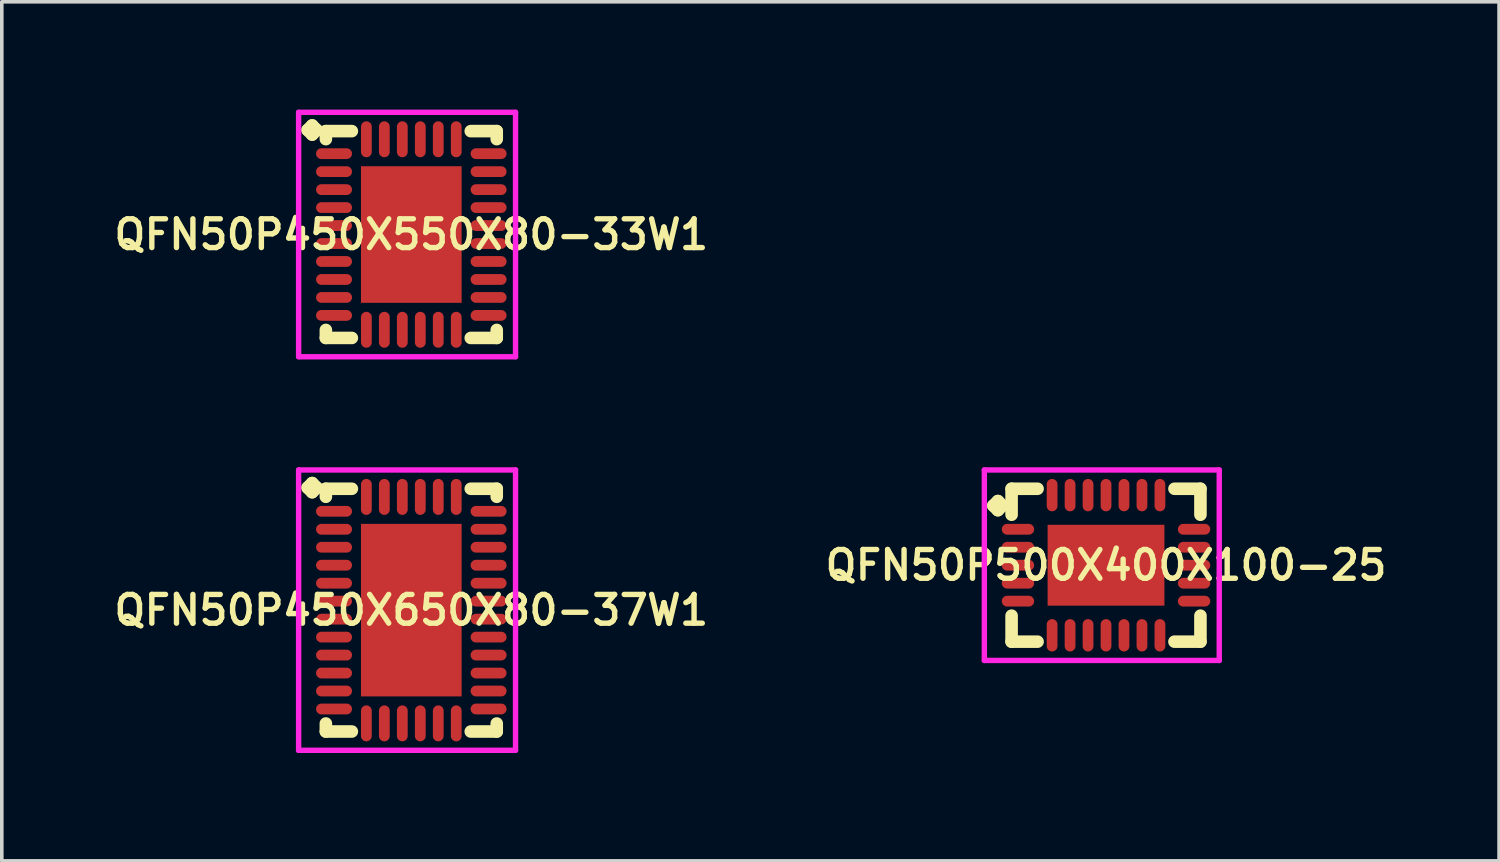
<source format=kicad_pcb>
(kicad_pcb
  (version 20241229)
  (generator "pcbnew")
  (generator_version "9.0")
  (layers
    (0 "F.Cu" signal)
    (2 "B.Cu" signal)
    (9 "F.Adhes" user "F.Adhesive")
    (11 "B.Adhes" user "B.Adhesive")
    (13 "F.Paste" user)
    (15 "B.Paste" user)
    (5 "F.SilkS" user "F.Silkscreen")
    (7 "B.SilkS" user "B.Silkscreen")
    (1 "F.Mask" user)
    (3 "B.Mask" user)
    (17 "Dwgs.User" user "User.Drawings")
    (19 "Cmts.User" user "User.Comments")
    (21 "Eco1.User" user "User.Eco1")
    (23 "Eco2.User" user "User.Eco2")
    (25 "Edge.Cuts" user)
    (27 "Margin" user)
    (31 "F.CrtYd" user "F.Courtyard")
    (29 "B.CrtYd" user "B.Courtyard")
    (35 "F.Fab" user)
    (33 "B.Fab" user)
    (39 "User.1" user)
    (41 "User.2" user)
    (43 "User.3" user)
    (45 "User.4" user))
  (footprint "QFN50P450X550X80-33W1"
    (layer "F.Cu")
    (at 8.393 3.475)
    (property "Reference" "QFN50P450X550X80-33W1" (at 0 0 0) (layer "F.SilkS") (effects (font (size 0.8 0.8) (thickness 0.15))))
    (attr smd)
    (fp_line (start -2.885 -2.908) (end -2.758 -3.035) (stroke (width 0.35) (type solid)) (layer "F.SilkS"))
    (fp_line (start -2.758 -3.035) (end -2.631 -2.908) (stroke (width 0.35) (type solid)) (layer "F.SilkS"))
    (fp_line (start -2.758 -2.781) (end -2.885 -2.908) (stroke (width 0.35) (type solid)) (layer "F.SilkS"))
    (fp_line (start -2.631 -2.908) (end -2.758 -2.781) (stroke (width 0.35) (type solid)) (layer "F.SilkS"))
    (fp_line (start -2.377 -2.877) (end -1.654 -2.877) (stroke (width 0.35) (type solid)) (layer "F.SilkS"))
    (fp_line (start -2.377 -2.654) (end -2.377 -2.877) (stroke (width 0.35) (type solid)) (layer "F.SilkS"))
    (fp_line (start -2.377 2.654) (end -2.377 2.877) (stroke (width 0.35) (type solid)) (layer "F.SilkS"))
    (fp_line (start -2.377 2.877) (end -1.654 2.877) (stroke (width 0.35) (type solid)) (layer "F.SilkS"))
    (fp_line (start 1.654 -2.877) (end 2.377 -2.877) (stroke (width 0.35) (type solid)) (layer "F.SilkS"))
    (fp_line (start 1.654 2.877) (end 2.377 2.877) (stroke (width 0.35) (type solid)) (layer "F.SilkS"))
    (fp_line (start 2.377 -2.877) (end 2.377 -2.654) (stroke (width 0.35) (type solid)) (layer "F.SilkS"))
    (fp_line (start 2.377 2.877) (end 2.377 2.654) (stroke (width 0.35) (type solid)) (layer "F.SilkS"))
    (fp_line (start -3.135 -3.4) (end 2.9 -3.4) (stroke (width 0.15) (type solid)) (layer "F.CrtYd"))
    (fp_line (start -3.135 3.4) (end -3.135 -3.4) (stroke (width 0.15) (type solid)) (layer "F.CrtYd"))
    (fp_line (start 2.9 -3.4) (end 2.9 3.4) (stroke (width 0.15) (type solid)) (layer "F.CrtYd"))
    (fp_line (start 2.9 3.4) (end -3.135 3.4) (stroke (width 0.15) (type solid)) (layer "F.CrtYd"))
    (pad "1" smd oval (at -2.15 -2.25) (size 1 0.3) (layers "F.Cu" "F.Mask" "F.Paste"))
    (pad "2" smd oval (at -2.15 -1.75) (size 1 0.3) (layers "F.Cu" "F.Mask" "F.Paste"))
    (pad "3" smd oval (at -2.15 -1.25) (size 1 0.3) (layers "F.Cu" "F.Mask" "F.Paste"))
    (pad "4" smd oval (at -2.15 -0.75) (size 1 0.3) (layers "F.Cu" "F.Mask" "F.Paste"))
    (pad "5" smd oval (at -2.15 -0.25) (size 1 0.3) (layers "F.Cu" "F.Mask" "F.Paste"))
    (pad "6" smd oval (at -2.15 0.25) (size 1 0.3) (layers "F.Cu" "F.Mask" "F.Paste"))
    (pad "7" smd oval (at -2.15 0.75) (size 1 0.3) (layers "F.Cu" "F.Mask" "F.Paste"))
    (pad "8" smd oval (at -2.15 1.25) (size 1 0.3) (layers "F.Cu" "F.Mask" "F.Paste"))
    (pad "9" smd oval (at -2.15 1.75) (size 1 0.3) (layers "F.Cu" "F.Mask" "F.Paste"))
    (pad "10" smd oval (at -2.15 2.25) (size 1 0.3) (layers "F.Cu" "F.Mask" "F.Paste"))
    (pad "11" smd oval (at -1.25 2.65) (size 0.3 1) (layers "F.Cu" "F.Mask" "F.Paste"))
    (pad "12" smd oval (at -0.75 2.65) (size 0.3 1) (layers "F.Cu" "F.Mask" "F.Paste"))
    (pad "13" smd oval (at -0.25 2.65) (size 0.3 1) (layers "F.Cu" "F.Mask" "F.Paste"))
    (pad "14" smd oval (at 0.25 2.65) (size 0.3 1) (layers "F.Cu" "F.Mask" "F.Paste"))
    (pad "15" smd oval (at 0.75 2.65) (size 0.3 1) (layers "F.Cu" "F.Mask" "F.Paste"))
    (pad "16" smd oval (at 1.25 2.65) (size 0.3 1) (layers "F.Cu" "F.Mask" "F.Paste"))
    (pad "17" smd oval (at 2.15 2.25) (size 1 0.3) (layers "F.Cu" "F.Mask" "F.Paste"))
    (pad "18" smd oval (at 2.15 1.75) (size 1 0.3) (layers "F.Cu" "F.Mask" "F.Paste"))
    (pad "19" smd oval (at 2.15 1.25) (size 1 0.3) (layers "F.Cu" "F.Mask" "F.Paste"))
    (pad "20" smd oval (at 2.15 0.75) (size 1 0.3) (layers "F.Cu" "F.Mask" "F.Paste"))
    (pad "21" smd oval (at 2.15 0.25) (size 1 0.3) (layers "F.Cu" "F.Mask" "F.Paste"))
    (pad "22" smd oval (at 2.15 -0.25) (size 1 0.3) (layers "F.Cu" "F.Mask" "F.Paste"))
    (pad "23" smd oval (at 2.15 -0.75) (size 1 0.3) (layers "F.Cu" "F.Mask" "F.Paste"))
    (pad "24" smd oval (at 2.15 -1.25) (size 1 0.3) (layers "F.Cu" "F.Mask" "F.Paste"))
    (pad "25" smd oval (at 2.15 -1.75) (size 1 0.3) (layers "F.Cu" "F.Mask" "F.Paste"))
    (pad "26" smd oval (at 2.15 -2.25) (size 1 0.3) (layers "F.Cu" "F.Mask" "F.Paste"))
    (pad "27" smd oval (at 1.25 -2.65) (size 0.3 1) (layers "F.Cu" "F.Mask" "F.Paste"))
    (pad "28" smd oval (at 0.75 -2.65) (size 0.3 1) (layers "F.Cu" "F.Mask" "F.Paste"))
    (pad "29" smd oval (at 0.25 -2.65) (size 0.3 1) (layers "F.Cu" "F.Mask" "F.Paste"))
    (pad "30" smd oval (at -0.25 -2.65) (size 0.3 1) (layers "F.Cu" "F.Mask" "F.Paste"))
    (pad "31" smd oval (at -0.75 -2.65) (size 0.3 1) (layers "F.Cu" "F.Mask" "F.Paste"))
    (pad "32" smd oval (at -1.25 -2.65) (size 0.3 1) (layers "F.Cu" "F.Mask" "F.Paste"))
    (pad "33" smd rect (at 0 0) (size 2.8 3.8) (layers "F.Cu" "F.Mask" "F.Paste")))
  (footprint "QFN50P450X650X80-37W1"
    (layer "F.Cu")
    (at 8.393 13.925)
    (property "Reference" "QFN50P450X650X80-37W1" (at 0 0 0) (layer "F.SilkS") (effects (font (size 0.8 0.8) (thickness 0.15))))
    (attr smd)
    (fp_line (start -2.885 -3.408) (end -2.758 -3.535) (stroke (width 0.35) (type solid)) (layer "F.SilkS"))
    (fp_line (start -2.758 -3.535) (end -2.631 -3.408) (stroke (width 0.35) (type solid)) (layer "F.SilkS"))
    (fp_line (start -2.758 -3.281) (end -2.885 -3.408) (stroke (width 0.35) (type solid)) (layer "F.SilkS"))
    (fp_line (start -2.631 -3.408) (end -2.758 -3.281) (stroke (width 0.35) (type solid)) (layer "F.SilkS"))
    (fp_line (start -2.377 -3.377) (end -1.654 -3.377) (stroke (width 0.35) (type solid)) (layer "F.SilkS"))
    (fp_line (start -2.377 -3.154) (end -2.377 -3.377) (stroke (width 0.35) (type solid)) (layer "F.SilkS"))
    (fp_line (start -2.377 3.154) (end -2.377 3.377) (stroke (width 0.35) (type solid)) (layer "F.SilkS"))
    (fp_line (start -2.377 3.377) (end -1.654 3.377) (stroke (width 0.35) (type solid)) (layer "F.SilkS"))
    (fp_line (start 1.654 -3.377) (end 2.377 -3.377) (stroke (width 0.35) (type solid)) (layer "F.SilkS"))
    (fp_line (start 1.654 3.377) (end 2.377 3.377) (stroke (width 0.35) (type solid)) (layer "F.SilkS"))
    (fp_line (start 2.377 -3.377) (end 2.377 -3.154) (stroke (width 0.35) (type solid)) (layer "F.SilkS"))
    (fp_line (start 2.377 3.377) (end 2.377 3.154) (stroke (width 0.35) (type solid)) (layer "F.SilkS"))
    (fp_line (start -3.135 -3.9) (end 2.9 -3.9) (stroke (width 0.15) (type solid)) (layer "F.CrtYd"))
    (fp_line (start -3.135 3.9) (end -3.135 -3.9) (stroke (width 0.15) (type solid)) (layer "F.CrtYd"))
    (fp_line (start 2.9 -3.9) (end 2.9 3.9) (stroke (width 0.15) (type solid)) (layer "F.CrtYd"))
    (fp_line (start 2.9 3.9) (end -3.135 3.9) (stroke (width 0.15) (type solid)) (layer "F.CrtYd"))
    (pad "1" smd oval (at -2.15 -2.75) (size 1 0.3) (layers "F.Cu" "F.Mask" "F.Paste"))
    (pad "2" smd oval (at -2.15 -2.25) (size 1 0.3) (layers "F.Cu" "F.Mask" "F.Paste"))
    (pad "3" smd oval (at -2.15 -1.75) (size 1 0.3) (layers "F.Cu" "F.Mask" "F.Paste"))
    (pad "4" smd oval (at -2.15 -1.25) (size 1 0.3) (layers "F.Cu" "F.Mask" "F.Paste"))
    (pad "5" smd oval (at -2.15 -0.75) (size 1 0.3) (layers "F.Cu" "F.Mask" "F.Paste"))
    (pad "6" smd oval (at -2.15 -0.25) (size 1 0.3) (layers "F.Cu" "F.Mask" "F.Paste"))
    (pad "7" smd oval (at -2.15 0.25) (size 1 0.3) (layers "F.Cu" "F.Mask" "F.Paste"))
    (pad "8" smd oval (at -2.15 0.75) (size 1 0.3) (layers "F.Cu" "F.Mask" "F.Paste"))
    (pad "9" smd oval (at -2.15 1.25) (size 1 0.3) (layers "F.Cu" "F.Mask" "F.Paste"))
    (pad "10" smd oval (at -2.15 1.75) (size 1 0.3) (layers "F.Cu" "F.Mask" "F.Paste"))
    (pad "11" smd oval (at -2.15 2.25) (size 1 0.3) (layers "F.Cu" "F.Mask" "F.Paste"))
    (pad "12" smd oval (at -2.15 2.75) (size 1 0.3) (layers "F.Cu" "F.Mask" "F.Paste"))
    (pad "13" smd oval (at -1.25 3.15) (size 0.3 1) (layers "F.Cu" "F.Mask" "F.Paste"))
    (pad "14" smd oval (at -0.75 3.15) (size 0.3 1) (layers "F.Cu" "F.Mask" "F.Paste"))
    (pad "15" smd oval (at -0.25 3.15) (size 0.3 1) (layers "F.Cu" "F.Mask" "F.Paste"))
    (pad "16" smd oval (at 0.25 3.15) (size 0.3 1) (layers "F.Cu" "F.Mask" "F.Paste"))
    (pad "17" smd oval (at 0.75 3.15) (size 0.3 1) (layers "F.Cu" "F.Mask" "F.Paste"))
    (pad "18" smd oval (at 1.25 3.15) (size 0.3 1) (layers "F.Cu" "F.Mask" "F.Paste"))
    (pad "19" smd oval (at 2.15 2.75) (size 1 0.3) (layers "F.Cu" "F.Mask" "F.Paste"))
    (pad "20" smd oval (at 2.15 2.25) (size 1 0.3) (layers "F.Cu" "F.Mask" "F.Paste"))
    (pad "21" smd oval (at 2.15 1.75) (size 1 0.3) (layers "F.Cu" "F.Mask" "F.Paste"))
    (pad "22" smd oval (at 2.15 1.25) (size 1 0.3) (layers "F.Cu" "F.Mask" "F.Paste"))
    (pad "23" smd oval (at 2.15 0.75) (size 1 0.3) (layers "F.Cu" "F.Mask" "F.Paste"))
    (pad "24" smd oval (at 2.15 0.25) (size 1 0.3) (layers "F.Cu" "F.Mask" "F.Paste"))
    (pad "25" smd oval (at 2.15 -0.25) (size 1 0.3) (layers "F.Cu" "F.Mask" "F.Paste"))
    (pad "26" smd oval (at 2.15 -0.75) (size 1 0.3) (layers "F.Cu" "F.Mask" "F.Paste"))
    (pad "27" smd oval (at 2.15 -1.25) (size 1 0.3) (layers "F.Cu" "F.Mask" "F.Paste"))
    (pad "28" smd oval (at 2.15 -1.75) (size 1 0.3) (layers "F.Cu" "F.Mask" "F.Paste"))
    (pad "29" smd oval (at 2.15 -2.25) (size 1 0.3) (layers "F.Cu" "F.Mask" "F.Paste"))
    (pad "30" smd oval (at 2.15 -2.75) (size 1 0.3) (layers "F.Cu" "F.Mask" "F.Paste"))
    (pad "31" smd oval (at 1.25 -3.15) (size 0.3 1) (layers "F.Cu" "F.Mask" "F.Paste"))
    (pad "32" smd oval (at 0.75 -3.15) (size 0.3 1) (layers "F.Cu" "F.Mask" "F.Paste"))
    (pad "33" smd oval (at 0.25 -3.15) (size 0.3 1) (layers "F.Cu" "F.Mask" "F.Paste"))
    (pad "34" smd oval (at -0.25 -3.15) (size 0.3 1) (layers "F.Cu" "F.Mask" "F.Paste"))
    (pad "35" smd oval (at -0.75 -3.15) (size 0.3 1) (layers "F.Cu" "F.Mask" "F.Paste"))
    (pad "36" smd oval (at -1.25 -3.15) (size 0.3 1) (layers "F.Cu" "F.Mask" "F.Paste"))
    (pad "37" smd rect (at 0 0) (size 2.8 4.8) (layers "F.Cu" "F.Mask" "F.Paste")))
  (footprint "QFN50P500X400X100-25"
    (layer "F.Cu")
    (at 27.721 12.675)
    (property "Reference" "QFN50P500X400X100-25" (at 0 0 0) (layer "F.SilkS") (effects (font (size 0.8 0.8) (thickness 0.15))))
    (attr smd)
    (fp_line (start -3.135 -1.658) (end -3.008 -1.785) (stroke (width 0.35) (type solid)) (layer "F.SilkS"))
    (fp_line (start -3.008 -1.785) (end -2.881 -1.658) (stroke (width 0.35) (type solid)) (layer "F.SilkS"))
    (fp_line (start -3.008 -1.531) (end -3.135 -1.658) (stroke (width 0.35) (type solid)) (layer "F.SilkS"))
    (fp_line (start -2.881 -1.658) (end -3.008 -1.531) (stroke (width 0.35) (type solid)) (layer "F.SilkS"))
    (fp_line (start -2.627 -2.127) (end -1.904 -2.127) (stroke (width 0.35) (type solid)) (layer "F.SilkS"))
    (fp_line (start -2.627 -1.404) (end -2.627 -2.127) (stroke (width 0.35) (type solid)) (layer "F.SilkS"))
    (fp_line (start -2.627 1.404) (end -2.627 2.127) (stroke (width 0.35) (type solid)) (layer "F.SilkS"))
    (fp_line (start -2.627 2.127) (end -1.904 2.127) (stroke (width 0.35) (type solid)) (layer "F.SilkS"))
    (fp_line (start 1.904 -2.127) (end 2.627 -2.127) (stroke (width 0.35) (type solid)) (layer "F.SilkS"))
    (fp_line (start 1.904 2.127) (end 2.627 2.127) (stroke (width 0.35) (type solid)) (layer "F.SilkS"))
    (fp_line (start 2.627 -2.127) (end 2.627 -1.404) (stroke (width 0.35) (type solid)) (layer "F.SilkS"))
    (fp_line (start 2.627 2.127) (end 2.627 1.404) (stroke (width 0.35) (type solid)) (layer "F.SilkS"))
    (fp_line (start -3.385 -2.65) (end 3.15 -2.65) (stroke (width 0.15) (type solid)) (layer "F.CrtYd"))
    (fp_line (start -3.385 2.65) (end -3.385 -2.65) (stroke (width 0.15) (type solid)) (layer "F.CrtYd"))
    (fp_line (start 3.15 -2.65) (end 3.15 2.65) (stroke (width 0.15) (type solid)) (layer "F.CrtYd"))
    (fp_line (start 3.15 2.65) (end -3.385 2.65) (stroke (width 0.15) (type solid)) (layer "F.CrtYd"))
    (pad "1" smd oval (at -2.45 -1) (size 0.9 0.3) (layers "F.Cu" "F.Mask" "F.Paste"))
    (pad "2" smd oval (at -2.45 -0.5) (size 0.9 0.3) (layers "F.Cu" "F.Mask" "F.Paste"))
    (pad "3" smd oval (at -2.45 0) (size 0.9 0.3) (layers "F.Cu" "F.Mask" "F.Paste"))
    (pad "4" smd oval (at -2.45 0.5) (size 0.9 0.3) (layers "F.Cu" "F.Mask" "F.Paste"))
    (pad "5" smd oval (at -2.45 1) (size 0.9 0.3) (layers "F.Cu" "F.Mask" "F.Paste"))
    (pad "6" smd oval (at -1.5 1.95) (size 0.3 0.9) (layers "F.Cu" "F.Mask" "F.Paste"))
    (pad "7" smd oval (at -1 1.95) (size 0.3 0.9) (layers "F.Cu" "F.Mask" "F.Paste"))
    (pad "8" smd oval (at -0.5 1.95) (size 0.3 0.9) (layers "F.Cu" "F.Mask" "F.Paste"))
    (pad "9" smd oval (at 0 1.95) (size 0.3 0.9) (layers "F.Cu" "F.Mask" "F.Paste"))
    (pad "10" smd oval (at 0.5 1.95) (size 0.3 0.9) (layers "F.Cu" "F.Mask" "F.Paste"))
    (pad "11" smd oval (at 1 1.95) (size 0.3 0.9) (layers "F.Cu" "F.Mask" "F.Paste"))
    (pad "12" smd oval (at 1.5 1.95) (size 0.3 0.9) (layers "F.Cu" "F.Mask" "F.Paste"))
    (pad "13" smd oval (at 2.45 1) (size 0.9 0.3) (layers "F.Cu" "F.Mask" "F.Paste"))
    (pad "14" smd oval (at 2.45 0.5) (size 0.9 0.3) (layers "F.Cu" "F.Mask" "F.Paste"))
    (pad "15" smd oval (at 2.45 0) (size 0.9 0.3) (layers "F.Cu" "F.Mask" "F.Paste"))
    (pad "16" smd oval (at 2.45 -0.5) (size 0.9 0.3) (layers "F.Cu" "F.Mask" "F.Paste"))
    (pad "17" smd oval (at 2.45 -1) (size 0.9 0.3) (layers "F.Cu" "F.Mask" "F.Paste"))
    (pad "18" smd oval (at 1.5 -1.95) (size 0.3 0.9) (layers "F.Cu" "F.Mask" "F.Paste"))
    (pad "19" smd oval (at 1 -1.95) (size 0.3 0.9) (layers "F.Cu" "F.Mask" "F.Paste"))
    (pad "20" smd oval (at 0.5 -1.95) (size 0.3 0.9) (layers "F.Cu" "F.Mask" "F.Paste"))
    (pad "21" smd oval (at 0 -1.95) (size 0.3 0.9) (layers "F.Cu" "F.Mask" "F.Paste"))
    (pad "22" smd oval (at -0.5 -1.95) (size 0.3 0.9) (layers "F.Cu" "F.Mask" "F.Paste"))
    (pad "23" smd oval (at -1 -1.95) (size 0.3 0.9) (layers "F.Cu" "F.Mask" "F.Paste"))
    (pad "24" smd oval (at -1.5 -1.95) (size 0.3 0.9) (layers "F.Cu" "F.Mask" "F.Paste"))
    (pad "25" smd rect (at 0 0) (size 3.25 2.25) (layers "F.Cu" "F.Mask" "F.Paste")))
  (gr_rect
    (start -3 -3)
    (end 38.656 20.9)
    (stroke (width 0.1) (type default))
    (fill no)
    (layer "Edge.Cuts")))
</source>
